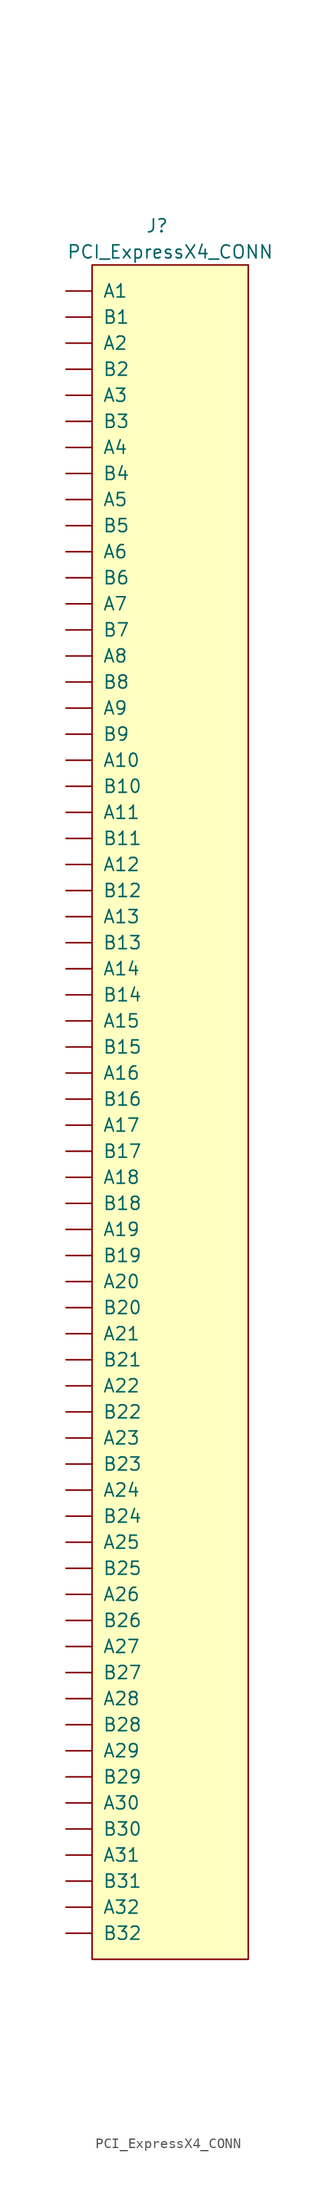
<source format=kicad_sym>
(kicad_symbol_lib
  (version 20211014)
  (generator kicad_symbol_editor)
  (symbol "PCI_ExpressX4_CONN"
    (pin_names
      (offset 1.016))
    (property "Reference" "J"
      (at -1.27 83.82 0)
      (effects (font (size 1.27 1.27))))
    (property "Value" "PCI_ExpressX4_CONN"
      (at 0 81.28 0)
      (effects (font (size 1.27 1.27))))
    (symbol "PCI_ExpressX4_CONN_1_1"
      (rectangle (start -7.62 80.01) (end 7.62 -85.09) (stroke (width 0) (type default) (color 0 0 0 0)) (fill (type background)))
      (pin passive line (at -10.16 77.47 0) (length 2.54) (name "A1" (effects (font (size 1.27 1.27)))) (number "~" (effects (font (size 1.27 1.27)))))
      (pin passive line (at -10.16 31.75 0) (length 2.54) (name "A10" (effects (font (size 1.27 1.27)))) (number "~" (effects (font (size 1.27 1.27)))))
      (pin passive line (at -10.16 26.67 0) (length 2.54) (name "A11" (effects (font (size 1.27 1.27)))) (number "~" (effects (font (size 1.27 1.27)))))
      (pin passive line (at -10.16 21.59 0) (length 2.54) (name "A12" (effects (font (size 1.27 1.27)))) (number "~" (effects (font (size 1.27 1.27)))))
      (pin passive line (at -10.16 16.51 0) (length 2.54) (name "A13" (effects (font (size 1.27 1.27)))) (number "~" (effects (font (size 1.27 1.27)))))
      (pin passive line (at -10.16 11.43 0) (length 2.54) (name "A14" (effects (font (size 1.27 1.27)))) (number "~" (effects (font (size 1.27 1.27)))))
      (pin passive line (at -10.16 6.35 0) (length 2.54) (name "A15" (effects (font (size 1.27 1.27)))) (number "~" (effects (font (size 1.27 1.27)))))
      (pin passive line (at -10.16 1.27 0) (length 2.54) (name "A16" (effects (font (size 1.27 1.27)))) (number "~" (effects (font (size 1.27 1.27)))))
      (pin passive line (at -10.16 -3.81 0) (length 2.54) (name "A17" (effects (font (size 1.27 1.27)))) (number "~" (effects (font (size 1.27 1.27)))))
      (pin passive line (at -10.16 -8.89 0) (length 2.54) (name "A18" (effects (font (size 1.27 1.27)))) (number "~" (effects (font (size 1.27 1.27)))))
      (pin passive line (at -10.16 -13.97 0) (length 2.54) (name "A19" (effects (font (size 1.27 1.27)))) (number "~" (effects (font (size 1.27 1.27)))))
      (pin passive line (at -10.16 72.39 0) (length 2.54) (name "A2" (effects (font (size 1.27 1.27)))) (number "~" (effects (font (size 1.27 1.27)))))
      (pin passive line (at -10.16 -19.05 0) (length 2.54) (name "A20" (effects (font (size 1.27 1.27)))) (number "~" (effects (font (size 1.27 1.27)))))
      (pin passive line (at -10.16 -24.13 0) (length 2.54) (name "A21" (effects (font (size 1.27 1.27)))) (number "~" (effects (font (size 1.27 1.27)))))
      (pin passive line (at -10.16 -29.21 0) (length 2.54) (name "A22" (effects (font (size 1.27 1.27)))) (number "~" (effects (font (size 1.27 1.27)))))
      (pin passive line (at -10.16 -34.29 0) (length 2.54) (name "A23" (effects (font (size 1.27 1.27)))) (number "~" (effects (font (size 1.27 1.27)))))
      (pin passive line (at -10.16 -39.37 0) (length 2.54) (name "A24" (effects (font (size 1.27 1.27)))) (number "~" (effects (font (size 1.27 1.27)))))
      (pin passive line (at -10.16 -44.45 0) (length 2.54) (name "A25" (effects (font (size 1.27 1.27)))) (number "~" (effects (font (size 1.27 1.27)))))
      (pin passive line (at -10.16 -49.53 0) (length 2.54) (name "A26" (effects (font (size 1.27 1.27)))) (number "~" (effects (font (size 1.27 1.27)))))
      (pin passive line (at -10.16 -54.61 0) (length 2.54) (name "A27" (effects (font (size 1.27 1.27)))) (number "~" (effects (font (size 1.27 1.27)))))
      (pin passive line (at -10.16 -59.69 0) (length 2.54) (name "A28" (effects (font (size 1.27 1.27)))) (number "~" (effects (font (size 1.27 1.27)))))
      (pin passive line (at -10.16 -64.77 0) (length 2.54) (name "A29" (effects (font (size 1.27 1.27)))) (number "~" (effects (font (size 1.27 1.27)))))
      (pin passive line (at -10.16 67.31 0) (length 2.54) (name "A3" (effects (font (size 1.27 1.27)))) (number "~" (effects (font (size 1.27 1.27)))))
      (pin passive line (at -10.16 -69.85 0) (length 2.54) (name "A30" (effects (font (size 1.27 1.27)))) (number "~" (effects (font (size 1.27 1.27)))))
      (pin passive line (at -10.16 -74.93 0) (length 2.54) (name "A31" (effects (font (size 1.27 1.27)))) (number "~" (effects (font (size 1.27 1.27)))))
      (pin passive line (at -10.16 -80.01 0) (length 2.54) (name "A32" (effects (font (size 1.27 1.27)))) (number "~" (effects (font (size 1.27 1.27)))))
      (pin passive line (at -10.16 62.23 0) (length 2.54) (name "A4" (effects (font (size 1.27 1.27)))) (number "~" (effects (font (size 1.27 1.27)))))
      (pin passive line (at -10.16 57.15 0) (length 2.54) (name "A5" (effects (font (size 1.27 1.27)))) (number "~" (effects (font (size 1.27 1.27)))))
      (pin passive line (at -10.16 52.07 0) (length 2.54) (name "A6" (effects (font (size 1.27 1.27)))) (number "~" (effects (font (size 1.27 1.27)))))
      (pin passive line (at -10.16 46.99 0) (length 2.54) (name "A7" (effects (font (size 1.27 1.27)))) (number "~" (effects (font (size 1.27 1.27)))))
      (pin passive line (at -10.16 41.91 0) (length 2.54) (name "A8" (effects (font (size 1.27 1.27)))) (number "~" (effects (font (size 1.27 1.27)))))
      (pin passive line (at -10.16 36.83 0) (length 2.54) (name "A9" (effects (font (size 1.27 1.27)))) (number "~" (effects (font (size 1.27 1.27)))))
      (pin passive line (at -10.16 74.93 0) (length 2.54) (name "B1" (effects (font (size 1.27 1.27)))) (number "~" (effects (font (size 1.27 1.27)))))
      (pin passive line (at -10.16 29.21 0) (length 2.54) (name "B10" (effects (font (size 1.27 1.27)))) (number "~" (effects (font (size 1.27 1.27)))))
      (pin passive line (at -10.16 24.13 0) (length 2.54) (name "B11" (effects (font (size 1.27 1.27)))) (number "~" (effects (font (size 1.27 1.27)))))
      (pin passive line (at -10.16 19.05 0) (length 2.54) (name "B12" (effects (font (size 1.27 1.27)))) (number "~" (effects (font (size 1.27 1.27)))))
      (pin passive line (at -10.16 13.97 0) (length 2.54) (name "B13" (effects (font (size 1.27 1.27)))) (number "~" (effects (font (size 1.27 1.27)))))
      (pin passive line (at -10.16 8.89 0) (length 2.54) (name "B14" (effects (font (size 1.27 1.27)))) (number "~" (effects (font (size 1.27 1.27)))))
      (pin passive line (at -10.16 3.81 0) (length 2.54) (name "B15" (effects (font (size 1.27 1.27)))) (number "~" (effects (font (size 1.27 1.27)))))
      (pin passive line (at -10.16 -1.27 0) (length 2.54) (name "B16" (effects (font (size 1.27 1.27)))) (number "~" (effects (font (size 1.27 1.27)))))
      (pin passive line (at -10.16 -6.35 0) (length 2.54) (name "B17" (effects (font (size 1.27 1.27)))) (number "~" (effects (font (size 1.27 1.27)))))
      (pin passive line (at -10.16 -11.43 0) (length 2.54) (name "B18" (effects (font (size 1.27 1.27)))) (number "~" (effects (font (size 1.27 1.27)))))
      (pin passive line (at -10.16 -16.51 0) (length 2.54) (name "B19" (effects (font (size 1.27 1.27)))) (number "~" (effects (font (size 1.27 1.27)))))
      (pin passive line (at -10.16 69.85 0) (length 2.54) (name "B2" (effects (font (size 1.27 1.27)))) (number "~" (effects (font (size 1.27 1.27)))))
      (pin passive line (at -10.16 -21.59 0) (length 2.54) (name "B20" (effects (font (size 1.27 1.27)))) (number "~" (effects (font (size 1.27 1.27)))))
      (pin passive line (at -10.16 -26.67 0) (length 2.54) (name "B21" (effects (font (size 1.27 1.27)))) (number "~" (effects (font (size 1.27 1.27)))))
      (pin passive line (at -10.16 -31.75 0) (length 2.54) (name "B22" (effects (font (size 1.27 1.27)))) (number "~" (effects (font (size 1.27 1.27)))))
      (pin passive line (at -10.16 -36.83 0) (length 2.54) (name "B23" (effects (font (size 1.27 1.27)))) (number "~" (effects (font (size 1.27 1.27)))))
      (pin passive line (at -10.16 -41.91 0) (length 2.54) (name "B24" (effects (font (size 1.27 1.27)))) (number "~" (effects (font (size 1.27 1.27)))))
      (pin passive line (at -10.16 -46.99 0) (length 2.54) (name "B25" (effects (font (size 1.27 1.27)))) (number "~" (effects (font (size 1.27 1.27)))))
      (pin passive line (at -10.16 -52.07 0) (length 2.54) (name "B26" (effects (font (size 1.27 1.27)))) (number "~" (effects (font (size 1.27 1.27)))))
      (pin passive line (at -10.16 -57.15 0) (length 2.54) (name "B27" (effects (font (size 1.27 1.27)))) (number "~" (effects (font (size 1.27 1.27)))))
      (pin passive line (at -10.16 -62.23 0) (length 2.54) (name "B28" (effects (font (size 1.27 1.27)))) (number "~" (effects (font (size 1.27 1.27)))))
      (pin passive line (at -10.16 -67.31 0) (length 2.54) (name "B29" (effects (font (size 1.27 1.27)))) (number "~" (effects (font (size 1.27 1.27)))))
      (pin passive line (at -10.16 64.77 0) (length 2.54) (name "B3" (effects (font (size 1.27 1.27)))) (number "~" (effects (font (size 1.27 1.27)))))
      (pin passive line (at -10.16 -72.39 0) (length 2.54) (name "B30" (effects (font (size 1.27 1.27)))) (number "~" (effects (font (size 1.27 1.27)))))
      (pin passive line (at -10.16 -77.47 0) (length 2.54) (name "B31" (effects (font (size 1.27 1.27)))) (number "~" (effects (font (size 1.27 1.27)))))
      (pin passive line (at -10.16 -82.55 0) (length 2.54) (name "B32" (effects (font (size 1.27 1.27)))) (number "~" (effects (font (size 1.27 1.27)))))
      (pin passive line (at -10.16 59.69 0) (length 2.54) (name "B4" (effects (font (size 1.27 1.27)))) (number "~" (effects (font (size 1.27 1.27)))))
      (pin passive line (at -10.16 54.61 0) (length 2.54) (name "B5" (effects (font (size 1.27 1.27)))) (number "~" (effects (font (size 1.27 1.27)))))
      (pin passive line (at -10.16 49.53 0) (length 2.54) (name "B6" (effects (font (size 1.27 1.27)))) (number "~" (effects (font (size 1.27 1.27)))))
      (pin passive line (at -10.16 44.45 0) (length 2.54) (name "B7" (effects (font (size 1.27 1.27)))) (number "~" (effects (font (size 1.27 1.27)))))
      (pin passive line (at -10.16 39.37 0) (length 2.54) (name "B8" (effects (font (size 1.27 1.27)))) (number "~" (effects (font (size 1.27 1.27)))))
      (pin passive line (at -10.16 34.29 0) (length 2.54) (name "B9" (effects (font (size 1.27 1.27)))) (number "~" (effects (font (size 1.27 1.27))))))))
</source>
